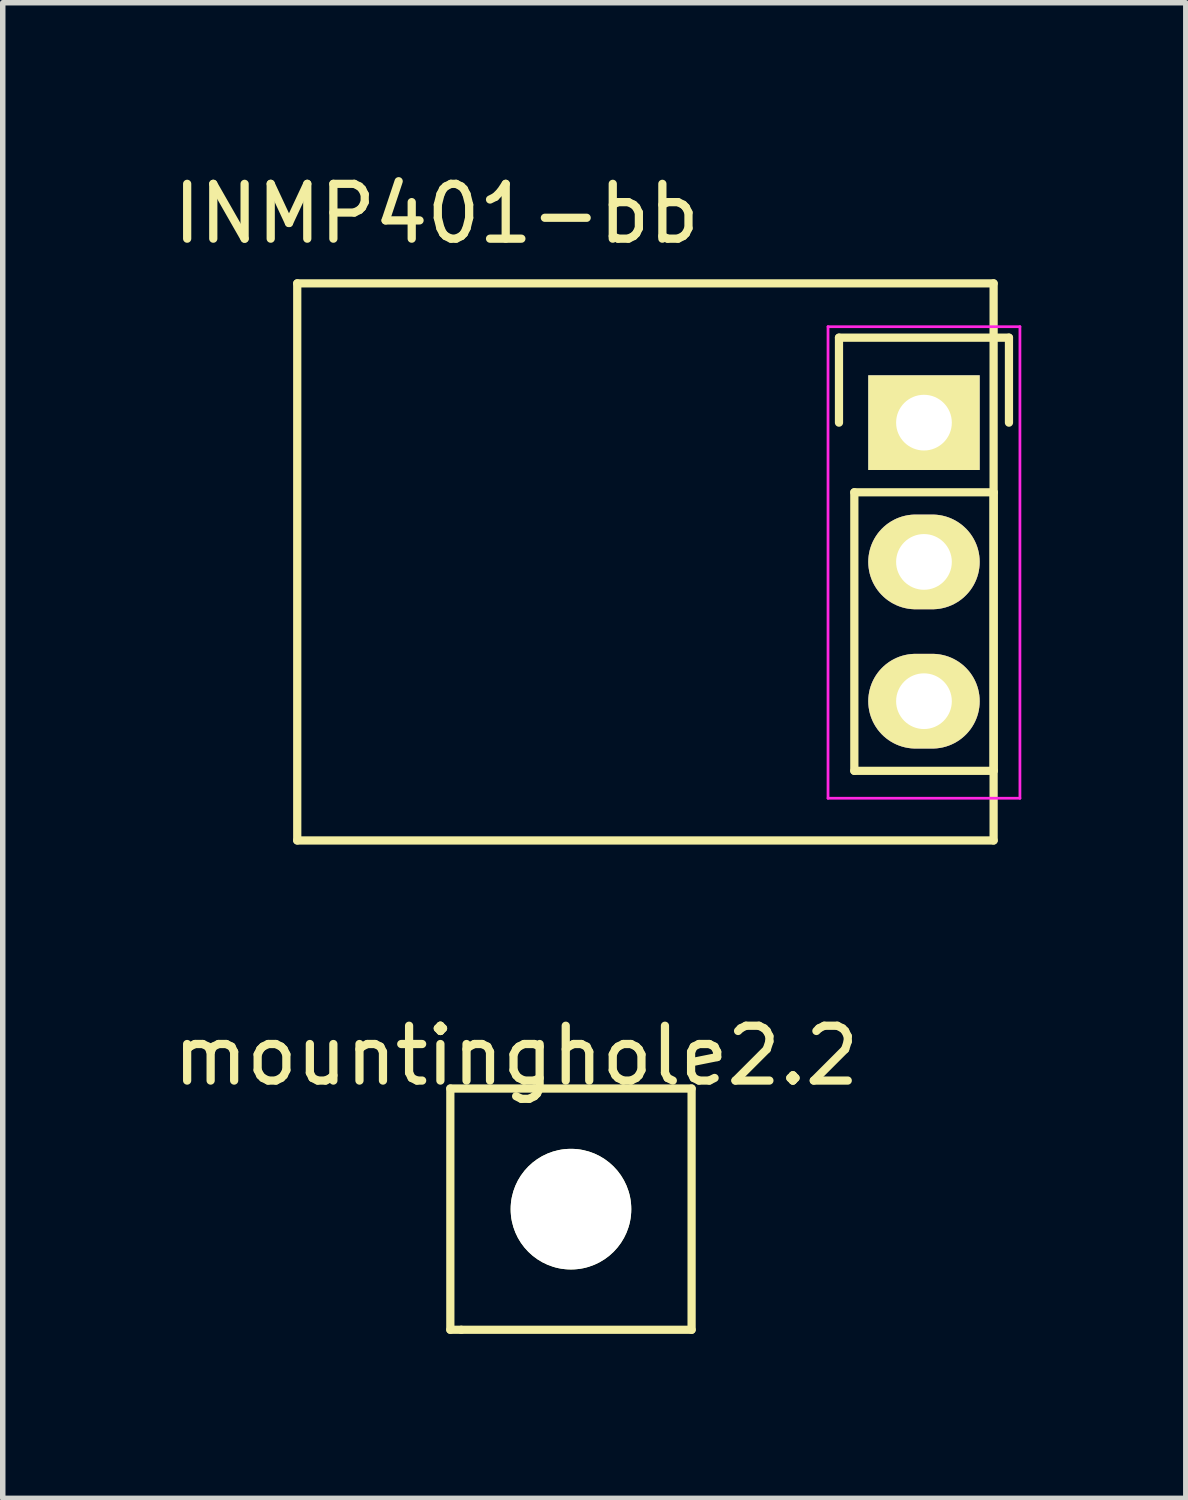
<source format=kicad_pcb>
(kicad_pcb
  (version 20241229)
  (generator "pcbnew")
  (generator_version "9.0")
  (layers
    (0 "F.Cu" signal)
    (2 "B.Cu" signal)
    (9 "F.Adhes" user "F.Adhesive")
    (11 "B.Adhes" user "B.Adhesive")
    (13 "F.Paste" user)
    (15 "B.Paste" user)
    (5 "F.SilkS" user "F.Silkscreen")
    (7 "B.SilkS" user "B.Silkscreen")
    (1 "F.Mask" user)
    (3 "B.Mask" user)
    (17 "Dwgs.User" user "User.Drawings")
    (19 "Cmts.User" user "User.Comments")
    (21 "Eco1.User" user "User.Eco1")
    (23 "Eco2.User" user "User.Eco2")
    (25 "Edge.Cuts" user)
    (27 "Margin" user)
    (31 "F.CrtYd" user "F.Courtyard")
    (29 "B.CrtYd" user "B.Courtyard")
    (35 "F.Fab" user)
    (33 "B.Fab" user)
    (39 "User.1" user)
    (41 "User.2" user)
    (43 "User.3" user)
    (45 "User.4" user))
  (footprint "INMP401-bb"
    (layer "F.Cu")
    (at 13.801 4.658)
    (property "Reference" "INMP401-bb" (at -8.89 -3.81 0) (layer "F.SilkS") (effects (font (size 1 1) (thickness 0.15))))
    (attr through_hole)
    (fp_line (start -11.43 -2.54) (end 1.27 -2.54) (stroke (width 0.15) (type solid)) (layer "F.SilkS"))
    (fp_line (start -11.43 7.62) (end -11.43 -2.54) (stroke (width 0.15) (type solid)) (layer "F.SilkS"))
    (fp_line (start -1.55 -1.55) (end 1.55 -1.55) (stroke (width 0.15) (type solid)) (layer "F.SilkS"))
    (fp_line (start -1.55 0) (end -1.55 -1.55) (stroke (width 0.15) (type solid)) (layer "F.SilkS"))
    (fp_line (start -1.27 1.27) (end -1.27 6.35) (stroke (width 0.15) (type solid)) (layer "F.SilkS"))
    (fp_line (start -1.27 6.35) (end 1.27 6.35) (stroke (width 0.15) (type solid)) (layer "F.SilkS"))
    (fp_line (start 1.27 -2.54) (end 1.27 7.62) (stroke (width 0.15) (type solid)) (layer "F.SilkS"))
    (fp_line (start 1.27 1.27) (end -1.27 1.27) (stroke (width 0.15) (type solid)) (layer "F.SilkS"))
    (fp_line (start 1.27 6.35) (end 1.27 1.27) (stroke (width 0.15) (type solid)) (layer "F.SilkS"))
    (fp_line (start 1.27 7.62) (end -11.43 7.62) (stroke (width 0.15) (type solid)) (layer "F.SilkS"))
    (fp_line (start 1.55 -1.55) (end 1.55 0) (stroke (width 0.15) (type solid)) (layer "F.SilkS"))
    (fp_line (start -1.75 -1.75) (end -1.75 6.85) (stroke (width 0.05) (type solid)) (layer "F.CrtYd"))
    (fp_line (start -1.75 -1.75) (end 1.75 -1.75) (stroke (width 0.05) (type solid)) (layer "F.CrtYd"))
    (fp_line (start -1.75 6.85) (end 1.75 6.85) (stroke (width 0.05) (type solid)) (layer "F.CrtYd"))
    (fp_line (start 1.75 -1.75) (end 1.75 6.85) (stroke (width 0.05) (type solid)) (layer "F.CrtYd"))
    (pad "1" thru_hole rect (at 0 0) (size 2.032 1.727) (drill 1.016) (layers "*.Cu" "*.Mask" "F.SilkS"))
    (pad "2" thru_hole oval (at 0 2.54) (size 2.032 1.727) (drill 1.016) (layers "*.Cu" "*.Mask" "F.SilkS"))
    (pad "3" thru_hole oval (at 0 5.08) (size 2.032 1.727) (drill 1.016) (layers "*.Cu" "*.Mask" "F.SilkS")))
  (footprint "mountinghole2.2"
    (layer "F.Cu")
    (at 7.363 19.002)
    (property "Reference" "mountinghole2.2" (at -1 -2.8 0) (layer "F.SilkS") (effects (font (size 1 1) (thickness 0.15))))
    (attr through_hole)
    (fp_line (start -2.2 -2.2) (end 2.2 -2.2) (stroke (width 0.15) (type solid)) (layer "F.SilkS"))
    (fp_line (start -2.2 2.2) (end -2.2 -2.2) (stroke (width 0.15) (type solid)) (layer "F.SilkS"))
    (fp_line (start -2.2 2.2) (end -2 2.2) (stroke (width 0.15) (type solid)) (layer "F.SilkS"))
    (fp_line (start 2.2 -2.2) (end 2.2 2.2) (stroke (width 0.15) (type solid)) (layer "F.SilkS"))
    (fp_line (start 2.2 2.2) (end -2 2.2) (stroke (width 0.15) (type solid)) (layer "F.SilkS"))
    (pad "" np_thru_hole circle (at 0 0) (size 2.2 2.2) (drill 2.2) (layers "*.Cu" "*.Mask" "F.SilkS")))
  (gr_rect
    (start -3 -3)
    (end 18.576 24.276)
    (stroke (width 0.1) (type default))
    (fill no)
    (layer "Edge.Cuts")))
</source>
